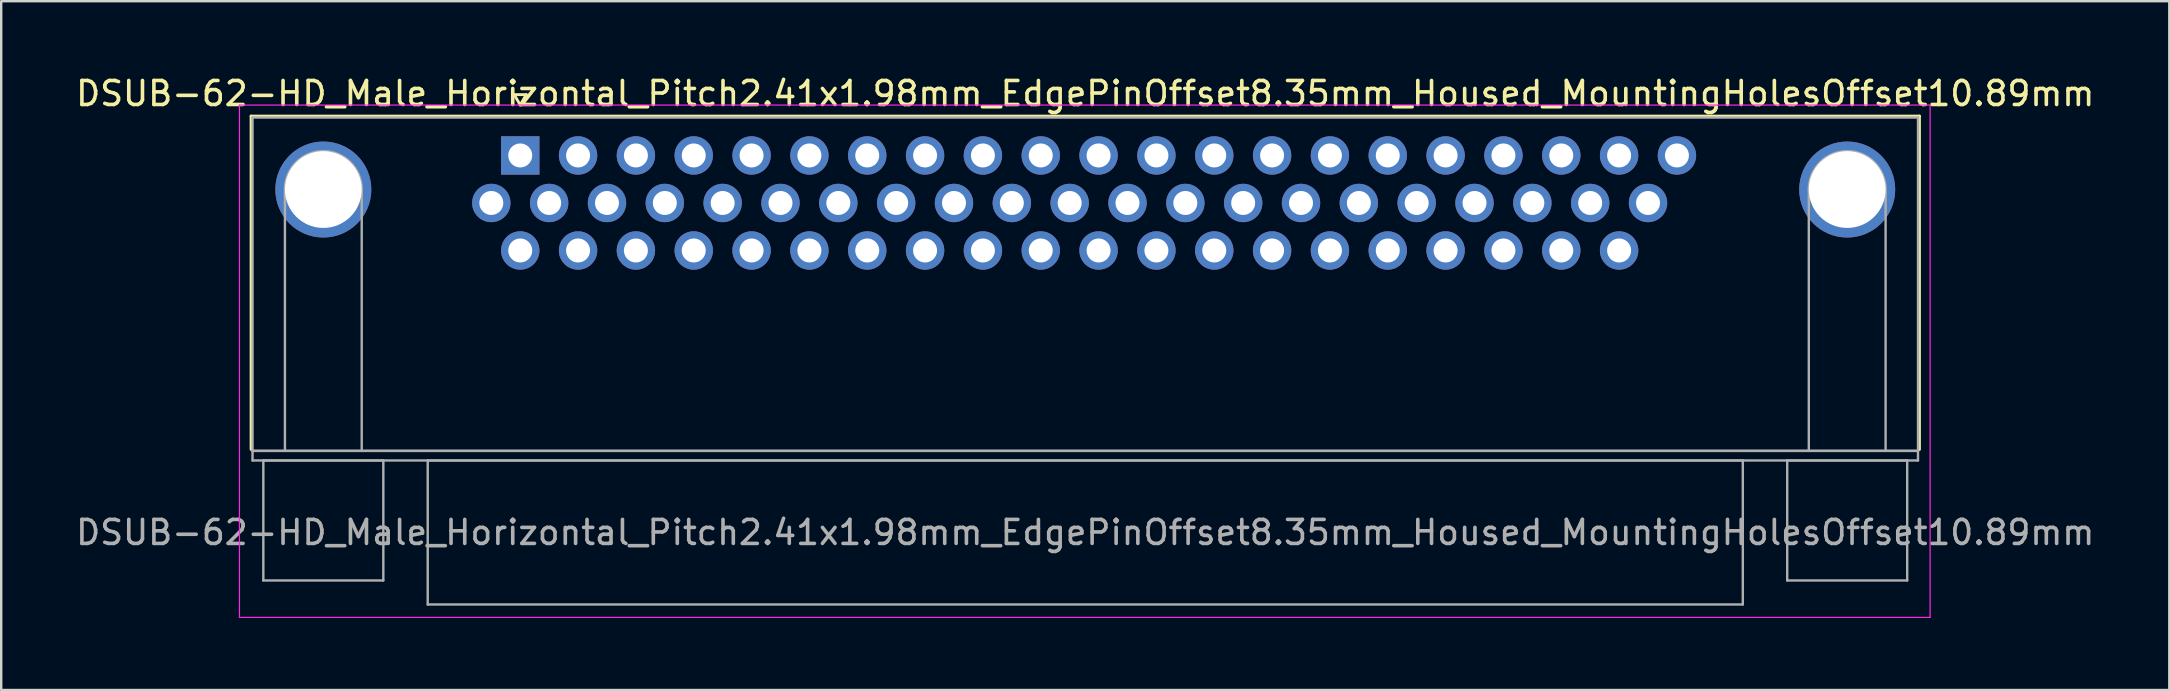
<source format=kicad_pcb>
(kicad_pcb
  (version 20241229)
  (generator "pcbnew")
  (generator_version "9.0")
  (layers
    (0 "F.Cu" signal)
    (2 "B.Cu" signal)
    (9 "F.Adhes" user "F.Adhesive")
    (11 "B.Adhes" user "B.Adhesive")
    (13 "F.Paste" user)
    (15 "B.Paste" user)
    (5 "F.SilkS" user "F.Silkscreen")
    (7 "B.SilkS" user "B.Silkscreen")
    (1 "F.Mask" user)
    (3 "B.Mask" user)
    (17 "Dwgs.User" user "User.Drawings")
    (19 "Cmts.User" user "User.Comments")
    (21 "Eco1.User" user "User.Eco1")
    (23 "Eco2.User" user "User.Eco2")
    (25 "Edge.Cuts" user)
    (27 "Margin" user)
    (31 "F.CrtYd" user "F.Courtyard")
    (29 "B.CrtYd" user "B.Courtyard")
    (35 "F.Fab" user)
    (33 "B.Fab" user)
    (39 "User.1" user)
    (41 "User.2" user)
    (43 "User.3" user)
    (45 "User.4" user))
  (footprint "DSUB-62-HD_Male_Horizontal_Pitch2.41x1.98mm_EdgePinOffset8.35mm_Housed_MountingHolesOffset10.89mm"
    (layer "F.Cu")
    (at 18.628 3.428)
    (property "Reference" "DSUB-62-HD_Male_Horizontal_Pitch2.41x1.98mm_EdgePinOffset8.35mm_Housed_MountingHolesOffset10.89mm" (at 23.545 -2.58 0) (layer "F.SilkS") (effects (font (size 1 1) (thickness 0.15))))
    (attr through_hole)
    (fp_line (start -11.215 -1.64) (end 58.305 -1.64) (stroke (width 0.12) (type solid)) (layer "F.SilkS"))
    (fp_line (start -11.215 12.25) (end -11.215 -1.64) (stroke (width 0.12) (type solid)) (layer "F.SilkS"))
    (fp_line (start -0.25 -2.534) (end 0.25 -2.534) (stroke (width 0.12) (type solid)) (layer "F.SilkS"))
    (fp_line (start 0 -2.101) (end -0.25 -2.534) (stroke (width 0.12) (type solid)) (layer "F.SilkS"))
    (fp_line (start 0.25 -2.534) (end 0 -2.101) (stroke (width 0.12) (type solid)) (layer "F.SilkS"))
    (fp_line (start 58.305 -1.64) (end 58.305 12.25) (stroke (width 0.12) (type solid)) (layer "F.SilkS"))
    (fp_line (start -11.7 -2.1) (end -11.7 19.25) (stroke (width 0.05) (type solid)) (layer "F.CrtYd"))
    (fp_line (start -11.7 19.25) (end 58.75 19.25) (stroke (width 0.05) (type solid)) (layer "F.CrtYd"))
    (fp_line (start 58.75 -2.1) (end -11.7 -2.1) (stroke (width 0.05) (type solid)) (layer "F.CrtYd"))
    (fp_line (start 58.75 19.25) (end 58.75 -2.1) (stroke (width 0.05) (type solid)) (layer "F.CrtYd"))
    (fp_line (start -11.155 -1.58) (end -11.155 12.31) (stroke (width 0.1) (type solid)) (layer "F.Fab"))
    (fp_line (start -11.155 12.31) (end -11.155 12.71) (stroke (width 0.1) (type solid)) (layer "F.Fab"))
    (fp_line (start -11.155 12.31) (end 58.245 12.31) (stroke (width 0.1) (type solid)) (layer "F.Fab"))
    (fp_line (start -11.155 12.71) (end 58.245 12.71) (stroke (width 0.1) (type solid)) (layer "F.Fab"))
    (fp_line (start -10.705 12.71) (end -10.705 17.71) (stroke (width 0.1) (type solid)) (layer "F.Fab"))
    (fp_line (start -10.705 17.71) (end -5.705 17.71) (stroke (width 0.1) (type solid)) (layer "F.Fab"))
    (fp_line (start -9.805 12.31) (end -9.805 1.42) (stroke (width 0.1) (type solid)) (layer "F.Fab"))
    (fp_line (start -6.605 12.31) (end -6.605 1.42) (stroke (width 0.1) (type solid)) (layer "F.Fab"))
    (fp_line (start -5.705 12.71) (end -10.705 12.71) (stroke (width 0.1) (type solid)) (layer "F.Fab"))
    (fp_line (start -5.705 17.71) (end -5.705 12.71) (stroke (width 0.1) (type solid)) (layer "F.Fab"))
    (fp_line (start -3.855 12.71) (end -3.855 18.71) (stroke (width 0.1) (type solid)) (layer "F.Fab"))
    (fp_line (start -3.855 18.71) (end 50.945 18.71) (stroke (width 0.1) (type solid)) (layer "F.Fab"))
    (fp_line (start 50.945 12.71) (end -3.855 12.71) (stroke (width 0.1) (type solid)) (layer "F.Fab"))
    (fp_line (start 50.945 18.71) (end 50.945 12.71) (stroke (width 0.1) (type solid)) (layer "F.Fab"))
    (fp_line (start 52.795 12.71) (end 52.795 17.71) (stroke (width 0.1) (type solid)) (layer "F.Fab"))
    (fp_line (start 52.795 17.71) (end 57.795 17.71) (stroke (width 0.1) (type solid)) (layer "F.Fab"))
    (fp_line (start 53.695 12.31) (end 53.695 1.42) (stroke (width 0.1) (type solid)) (layer "F.Fab"))
    (fp_line (start 56.895 12.31) (end 56.895 1.42) (stroke (width 0.1) (type solid)) (layer "F.Fab"))
    (fp_line (start 57.795 12.71) (end 52.795 12.71) (stroke (width 0.1) (type solid)) (layer "F.Fab"))
    (fp_line (start 57.795 17.71) (end 57.795 12.71) (stroke (width 0.1) (type solid)) (layer "F.Fab"))
    (fp_line (start 58.245 -1.58) (end -11.155 -1.58) (stroke (width 0.1) (type solid)) (layer "F.Fab"))
    (fp_line (start 58.245 12.31) (end -11.155 12.31) (stroke (width 0.1) (type solid)) (layer "F.Fab"))
    (fp_line (start 58.245 12.31) (end 58.245 -1.58) (stroke (width 0.1) (type solid)) (layer "F.Fab"))
    (fp_line (start 58.245 12.71) (end 58.245 12.31) (stroke (width 0.1) (type solid)) (layer "F.Fab"))
    (fp_arc (start -9.805 1.42) (mid -8.205 -0.18) (end -6.605 1.42) (stroke (width 0.1) (type solid)) (layer "F.Fab"))
    (fp_arc (start 53.695 1.42) (mid 55.295 -0.18) (end 56.895 1.42) (stroke (width 0.1) (type solid)) (layer "F.Fab"))
    (fp_text user "${REFERENCE}" (at 23.545 15.71 0) (layer "F.Fab") (effects (font (size 1 1) (thickness 0.15))))
    (pad "0" thru_hole circle (at -8.205 1.42) (size 4 4) (drill 3.2) (layers "*.Cu" "*.Mask"))
    (pad "0" thru_hole circle (at 55.295 1.42) (size 4 4) (drill 3.2) (layers "*.Cu" "*.Mask"))
    (pad "1" thru_hole rect (at 0 0) (size 1.6 1.6) (drill 1) (layers "*.Cu" "*.Mask"))
    (pad "2" thru_hole circle (at 2.41 0) (size 1.6 1.6) (drill 1) (layers "*.Cu" "*.Mask"))
    (pad "3" thru_hole circle (at 4.82 0) (size 1.6 1.6) (drill 1) (layers "*.Cu" "*.Mask"))
    (pad "4" thru_hole circle (at 7.23 0) (size 1.6 1.6) (drill 1) (layers "*.Cu" "*.Mask"))
    (pad "5" thru_hole circle (at 9.64 0) (size 1.6 1.6) (drill 1) (layers "*.Cu" "*.Mask"))
    (pad "6" thru_hole circle (at 12.05 0) (size 1.6 1.6) (drill 1) (layers "*.Cu" "*.Mask"))
    (pad "7" thru_hole circle (at 14.46 0) (size 1.6 1.6) (drill 1) (layers "*.Cu" "*.Mask"))
    (pad "8" thru_hole circle (at 16.87 0) (size 1.6 1.6) (drill 1) (layers "*.Cu" "*.Mask"))
    (pad "9" thru_hole circle (at 19.28 0) (size 1.6 1.6) (drill 1) (layers "*.Cu" "*.Mask"))
    (pad "10" thru_hole circle (at 21.69 0) (size 1.6 1.6) (drill 1) (layers "*.Cu" "*.Mask"))
    (pad "11" thru_hole circle (at 24.1 0) (size 1.6 1.6) (drill 1) (layers "*.Cu" "*.Mask"))
    (pad "12" thru_hole circle (at 26.51 0) (size 1.6 1.6) (drill 1) (layers "*.Cu" "*.Mask"))
    (pad "13" thru_hole circle (at 28.92 0) (size 1.6 1.6) (drill 1) (layers "*.Cu" "*.Mask"))
    (pad "14" thru_hole circle (at 31.33 0) (size 1.6 1.6) (drill 1) (layers "*.Cu" "*.Mask"))
    (pad "15" thru_hole circle (at 33.74 0) (size 1.6 1.6) (drill 1) (layers "*.Cu" "*.Mask"))
    (pad "16" thru_hole circle (at 36.15 0) (size 1.6 1.6) (drill 1) (layers "*.Cu" "*.Mask"))
    (pad "17" thru_hole circle (at 38.56 0) (size 1.6 1.6) (drill 1) (layers "*.Cu" "*.Mask"))
    (pad "18" thru_hole circle (at 40.97 0) (size 1.6 1.6) (drill 1) (layers "*.Cu" "*.Mask"))
    (pad "19" thru_hole circle (at 43.38 0) (size 1.6 1.6) (drill 1) (layers "*.Cu" "*.Mask"))
    (pad "20" thru_hole circle (at 45.79 0) (size 1.6 1.6) (drill 1) (layers "*.Cu" "*.Mask"))
    (pad "21" thru_hole circle (at 48.2 0) (size 1.6 1.6) (drill 1) (layers "*.Cu" "*.Mask"))
    (pad "22" thru_hole circle (at -1.205 1.98) (size 1.6 1.6) (drill 1) (layers "*.Cu" "*.Mask"))
    (pad "23" thru_hole circle (at 1.205 1.98) (size 1.6 1.6) (drill 1) (layers "*.Cu" "*.Mask"))
    (pad "24" thru_hole circle (at 3.615 1.98) (size 1.6 1.6) (drill 1) (layers "*.Cu" "*.Mask"))
    (pad "25" thru_hole circle (at 6.025 1.98) (size 1.6 1.6) (drill 1) (layers "*.Cu" "*.Mask"))
    (pad "26" thru_hole circle (at 8.435 1.98) (size 1.6 1.6) (drill 1) (layers "*.Cu" "*.Mask"))
    (pad "27" thru_hole circle (at 10.845 1.98) (size 1.6 1.6) (drill 1) (layers "*.Cu" "*.Mask"))
    (pad "28" thru_hole circle (at 13.255 1.98) (size 1.6 1.6) (drill 1) (layers "*.Cu" "*.Mask"))
    (pad "29" thru_hole circle (at 15.665 1.98) (size 1.6 1.6) (drill 1) (layers "*.Cu" "*.Mask"))
    (pad "30" thru_hole circle (at 18.075 1.98) (size 1.6 1.6) (drill 1) (layers "*.Cu" "*.Mask"))
    (pad "31" thru_hole circle (at 20.485 1.98) (size 1.6 1.6) (drill 1) (layers "*.Cu" "*.Mask"))
    (pad "32" thru_hole circle (at 22.895 1.98) (size 1.6 1.6) (drill 1) (layers "*.Cu" "*.Mask"))
    (pad "33" thru_hole circle (at 25.305 1.98) (size 1.6 1.6) (drill 1) (layers "*.Cu" "*.Mask"))
    (pad "34" thru_hole circle (at 27.715 1.98) (size 1.6 1.6) (drill 1) (layers "*.Cu" "*.Mask"))
    (pad "35" thru_hole circle (at 30.125 1.98) (size 1.6 1.6) (drill 1) (layers "*.Cu" "*.Mask"))
    (pad "36" thru_hole circle (at 32.535 1.98) (size 1.6 1.6) (drill 1) (layers "*.Cu" "*.Mask"))
    (pad "37" thru_hole circle (at 34.945 1.98) (size 1.6 1.6) (drill 1) (layers "*.Cu" "*.Mask"))
    (pad "38" thru_hole circle (at 37.355 1.98) (size 1.6 1.6) (drill 1) (layers "*.Cu" "*.Mask"))
    (pad "39" thru_hole circle (at 39.765 1.98) (size 1.6 1.6) (drill 1) (layers "*.Cu" "*.Mask"))
    (pad "40" thru_hole circle (at 42.175 1.98) (size 1.6 1.6) (drill 1) (layers "*.Cu" "*.Mask"))
    (pad "41" thru_hole circle (at 44.585 1.98) (size 1.6 1.6) (drill 1) (layers "*.Cu" "*.Mask"))
    (pad "42" thru_hole circle (at 46.995 1.98) (size 1.6 1.6) (drill 1) (layers "*.Cu" "*.Mask"))
    (pad "43" thru_hole circle (at 0 3.96) (size 1.6 1.6) (drill 1) (layers "*.Cu" "*.Mask"))
    (pad "44" thru_hole circle (at 2.41 3.96) (size 1.6 1.6) (drill 1) (layers "*.Cu" "*.Mask"))
    (pad "45" thru_hole circle (at 4.82 3.96) (size 1.6 1.6) (drill 1) (layers "*.Cu" "*.Mask"))
    (pad "46" thru_hole circle (at 7.23 3.96) (size 1.6 1.6) (drill 1) (layers "*.Cu" "*.Mask"))
    (pad "47" thru_hole circle (at 9.64 3.96) (size 1.6 1.6) (drill 1) (layers "*.Cu" "*.Mask"))
    (pad "48" thru_hole circle (at 12.05 3.96) (size 1.6 1.6) (drill 1) (layers "*.Cu" "*.Mask"))
    (pad "49" thru_hole circle (at 14.46 3.96) (size 1.6 1.6) (drill 1) (layers "*.Cu" "*.Mask"))
    (pad "50" thru_hole circle (at 16.87 3.96) (size 1.6 1.6) (drill 1) (layers "*.Cu" "*.Mask"))
    (pad "51" thru_hole circle (at 19.28 3.96) (size 1.6 1.6) (drill 1) (layers "*.Cu" "*.Mask"))
    (pad "52" thru_hole circle (at 21.69 3.96) (size 1.6 1.6) (drill 1) (layers "*.Cu" "*.Mask"))
    (pad "53" thru_hole circle (at 24.1 3.96) (size 1.6 1.6) (drill 1) (layers "*.Cu" "*.Mask"))
    (pad "54" thru_hole circle (at 26.51 3.96) (size 1.6 1.6) (drill 1) (layers "*.Cu" "*.Mask"))
    (pad "55" thru_hole circle (at 28.92 3.96) (size 1.6 1.6) (drill 1) (layers "*.Cu" "*.Mask"))
    (pad "56" thru_hole circle (at 31.33 3.96) (size 1.6 1.6) (drill 1) (layers "*.Cu" "*.Mask"))
    (pad "57" thru_hole circle (at 33.74 3.96) (size 1.6 1.6) (drill 1) (layers "*.Cu" "*.Mask"))
    (pad "58" thru_hole circle (at 36.15 3.96) (size 1.6 1.6) (drill 1) (layers "*.Cu" "*.Mask"))
    (pad "59" thru_hole circle (at 38.56 3.96) (size 1.6 1.6) (drill 1) (layers "*.Cu" "*.Mask"))
    (pad "60" thru_hole circle (at 40.97 3.96) (size 1.6 1.6) (drill 1) (layers "*.Cu" "*.Mask"))
    (pad "61" thru_hole circle (at 43.38 3.96) (size 1.6 1.6) (drill 1) (layers "*.Cu" "*.Mask"))
    (pad "62" thru_hole circle (at 45.79 3.96) (size 1.6 1.6) (drill 1) (layers "*.Cu" "*.Mask")))
  (gr_rect
    (start -3 -3)
    (end 87.345 25.703)
    (stroke (width 0.1) (type default))
    (fill no)
    (layer "Edge.Cuts")))
</source>
